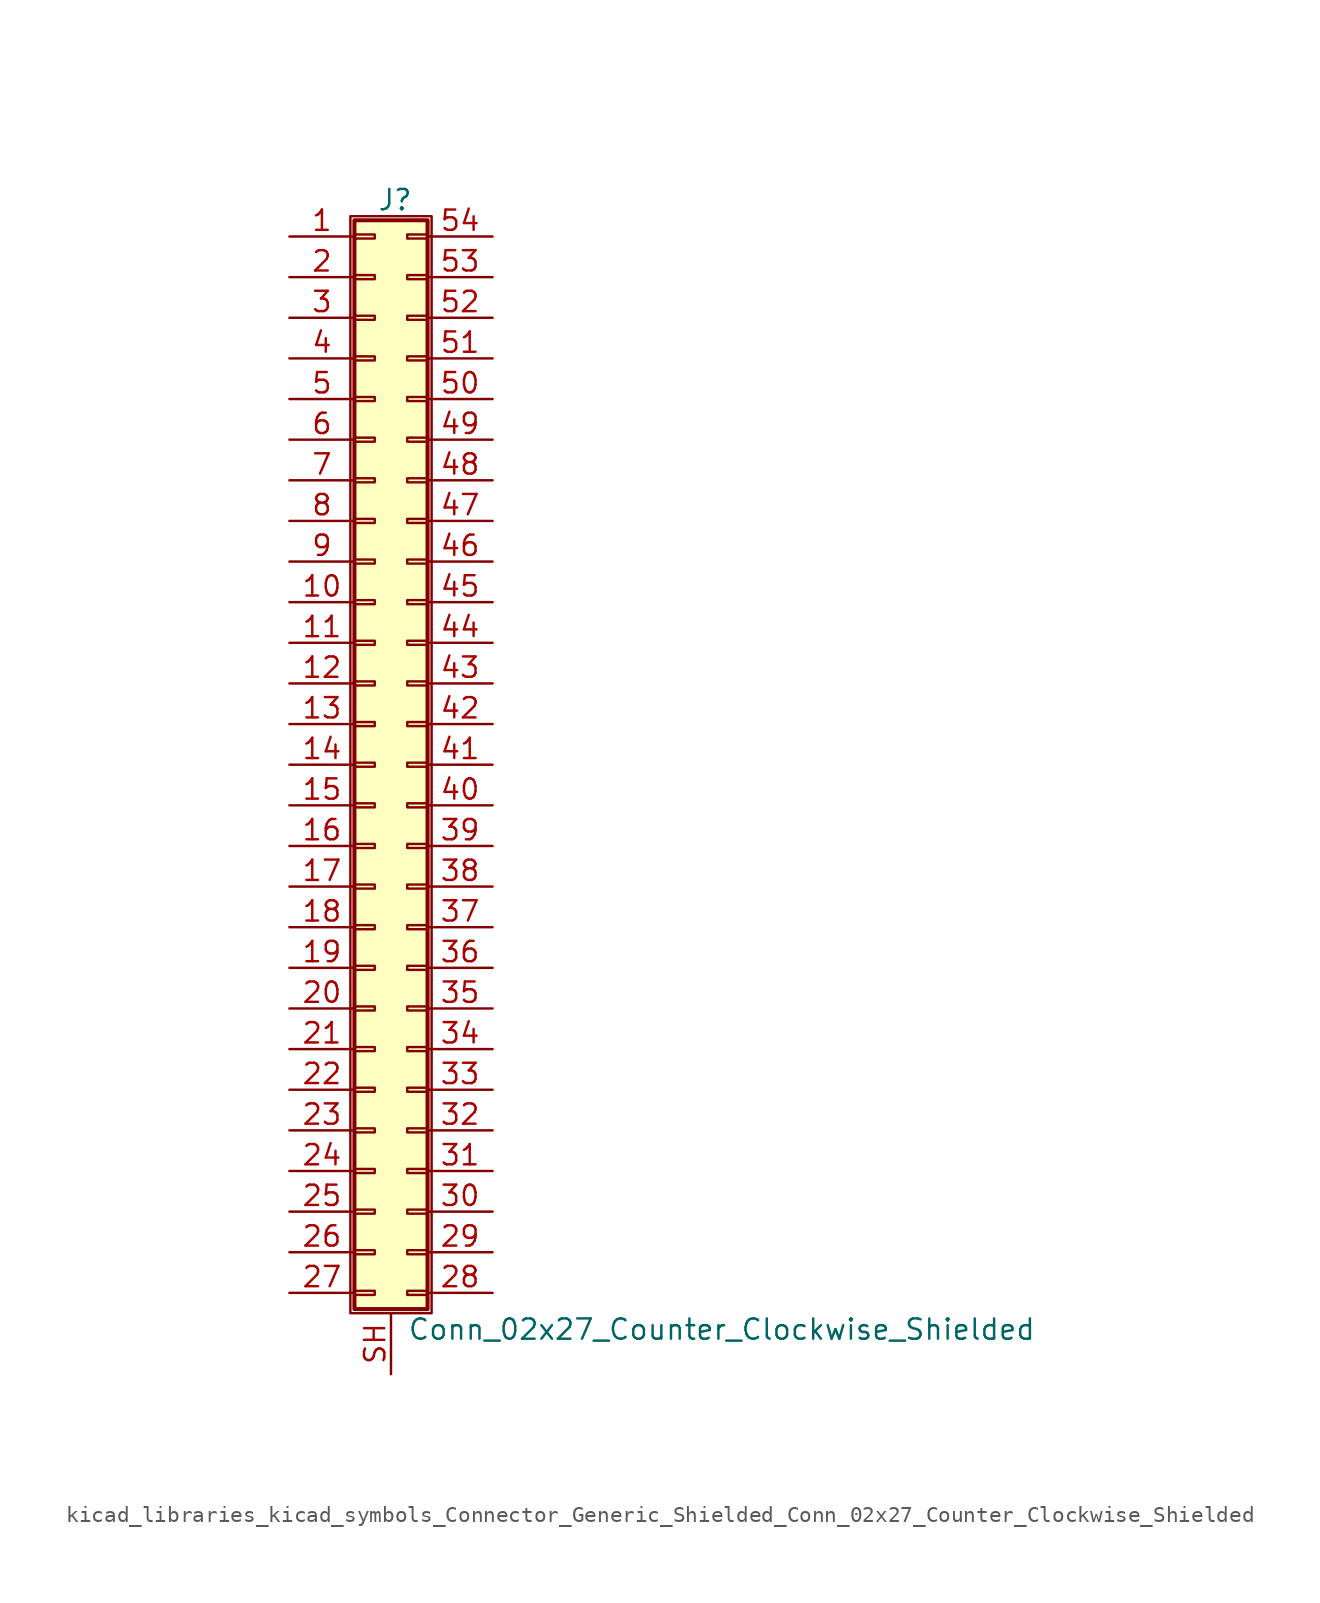
<source format=kicad_sym>
(kicad_symbol_lib
  (version 20220914)
  (generator kicad_symbol_editor)
  (symbol "kicad_libraries_kicad_symbols_Connector_Generic_Shielded_Conn_02x27_Counter_Clockwise_Shielded"
    (pin_names
      (offset 1.016) hide)
    (property "Reference" "J"
      (at 1.524 35.306 0)
      (effects (font (size 1.27 1.27))))
    (property "Value" "Conn_02x27_Counter_Clockwise_Shielded"
      (at 2.286 -35.306 0)
      (effects (font (size 1.27 1.27)) (justify left)))
    (symbol "kicad_libraries_kicad_symbols_Connector_Generic_Shielded_Conn_02x27_Counter_Clockwise_Shielded_1_1"
      (rectangle (start -1.27 34.29) (end 3.81 -34.29) (stroke (width 0.152) (type default)) (fill (type none)))
      (rectangle (start -1.016 -32.893) (end 0.254 -33.147) (stroke (width 0.152) (type default)) (fill (type none)))
      (rectangle (start -1.016 -30.353) (end 0.254 -30.607) (stroke (width 0.152) (type default)) (fill (type none)))
      (rectangle (start -1.016 -27.813) (end 0.254 -28.067) (stroke (width 0.152) (type default)) (fill (type none)))
      (rectangle (start -1.016 -25.273) (end 0.254 -25.527) (stroke (width 0.152) (type default)) (fill (type none)))
      (rectangle (start -1.016 -22.733) (end 0.254 -22.987) (stroke (width 0.152) (type default)) (fill (type none)))
      (rectangle (start -1.016 -20.193) (end 0.254 -20.447) (stroke (width 0.152) (type default)) (fill (type none)))
      (rectangle (start -1.016 -17.653) (end 0.254 -17.907) (stroke (width 0.152) (type default)) (fill (type none)))
      (rectangle (start -1.016 -15.113) (end 0.254 -15.367) (stroke (width 0.152) (type default)) (fill (type none)))
      (rectangle (start -1.016 -12.573) (end 0.254 -12.827) (stroke (width 0.152) (type default)) (fill (type none)))
      (rectangle (start -1.016 -10.033) (end 0.254 -10.287) (stroke (width 0.152) (type default)) (fill (type none)))
      (rectangle (start -1.016 -7.493) (end 0.254 -7.747) (stroke (width 0.152) (type default)) (fill (type none)))
      (rectangle (start -1.016 -4.953) (end 0.254 -5.207) (stroke (width 0.152) (type default)) (fill (type none)))
      (rectangle (start -1.016 -2.413) (end 0.254 -2.667) (stroke (width 0.152) (type default)) (fill (type none)))
      (rectangle (start -1.016 0.127) (end 0.254 -0.127) (stroke (width 0.152) (type default)) (fill (type none)))
      (rectangle (start -1.016 2.667) (end 0.254 2.413) (stroke (width 0.152) (type default)) (fill (type none)))
      (rectangle (start -1.016 5.207) (end 0.254 4.953) (stroke (width 0.152) (type default)) (fill (type none)))
      (rectangle (start -1.016 7.747) (end 0.254 7.493) (stroke (width 0.152) (type default)) (fill (type none)))
      (rectangle (start -1.016 10.287) (end 0.254 10.033) (stroke (width 0.152) (type default)) (fill (type none)))
      (rectangle (start -1.016 12.827) (end 0.254 12.573) (stroke (width 0.152) (type default)) (fill (type none)))
      (rectangle (start -1.016 15.367) (end 0.254 15.113) (stroke (width 0.152) (type default)) (fill (type none)))
      (rectangle (start -1.016 17.907) (end 0.254 17.653) (stroke (width 0.152) (type default)) (fill (type none)))
      (rectangle (start -1.016 20.447) (end 0.254 20.193) (stroke (width 0.152) (type default)) (fill (type none)))
      (rectangle (start -1.016 22.987) (end 0.254 22.733) (stroke (width 0.152) (type default)) (fill (type none)))
      (rectangle (start -1.016 25.527) (end 0.254 25.273) (stroke (width 0.152) (type default)) (fill (type none)))
      (rectangle (start -1.016 28.067) (end 0.254 27.813) (stroke (width 0.152) (type default)) (fill (type none)))
      (rectangle (start -1.016 30.607) (end 0.254 30.353) (stroke (width 0.152) (type default)) (fill (type none)))
      (rectangle (start -1.016 33.147) (end 0.254 32.893) (stroke (width 0.152) (type default)) (fill (type none)))
      (rectangle (start -1.016 34.036) (end 3.556 -34.036) (stroke (width 0.254) (type default)) (fill (type background)))
      (rectangle (start 3.556 -32.893) (end 2.286 -33.147) (stroke (width 0.152) (type default)) (fill (type none)))
      (rectangle (start 3.556 -30.353) (end 2.286 -30.607) (stroke (width 0.152) (type default)) (fill (type none)))
      (rectangle (start 3.556 -27.813) (end 2.286 -28.067) (stroke (width 0.152) (type default)) (fill (type none)))
      (rectangle (start 3.556 -25.273) (end 2.286 -25.527) (stroke (width 0.152) (type default)) (fill (type none)))
      (rectangle (start 3.556 -22.733) (end 2.286 -22.987) (stroke (width 0.152) (type default)) (fill (type none)))
      (rectangle (start 3.556 -20.193) (end 2.286 -20.447) (stroke (width 0.152) (type default)) (fill (type none)))
      (rectangle (start 3.556 -17.653) (end 2.286 -17.907) (stroke (width 0.152) (type default)) (fill (type none)))
      (rectangle (start 3.556 -15.113) (end 2.286 -15.367) (stroke (width 0.152) (type default)) (fill (type none)))
      (rectangle (start 3.556 -12.573) (end 2.286 -12.827) (stroke (width 0.152) (type default)) (fill (type none)))
      (rectangle (start 3.556 -10.033) (end 2.286 -10.287) (stroke (width 0.152) (type default)) (fill (type none)))
      (rectangle (start 3.556 -7.493) (end 2.286 -7.747) (stroke (width 0.152) (type default)) (fill (type none)))
      (rectangle (start 3.556 -4.953) (end 2.286 -5.207) (stroke (width 0.152) (type default)) (fill (type none)))
      (rectangle (start 3.556 -2.413) (end 2.286 -2.667) (stroke (width 0.152) (type default)) (fill (type none)))
      (rectangle (start 3.556 0.127) (end 2.286 -0.127) (stroke (width 0.152) (type default)) (fill (type none)))
      (rectangle (start 3.556 2.667) (end 2.286 2.413) (stroke (width 0.152) (type default)) (fill (type none)))
      (rectangle (start 3.556 5.207) (end 2.286 4.953) (stroke (width 0.152) (type default)) (fill (type none)))
      (rectangle (start 3.556 7.747) (end 2.286 7.493) (stroke (width 0.152) (type default)) (fill (type none)))
      (rectangle (start 3.556 10.287) (end 2.286 10.033) (stroke (width 0.152) (type default)) (fill (type none)))
      (rectangle (start 3.556 12.827) (end 2.286 12.573) (stroke (width 0.152) (type default)) (fill (type none)))
      (rectangle (start 3.556 15.367) (end 2.286 15.113) (stroke (width 0.152) (type default)) (fill (type none)))
      (rectangle (start 3.556 17.907) (end 2.286 17.653) (stroke (width 0.152) (type default)) (fill (type none)))
      (rectangle (start 3.556 20.447) (end 2.286 20.193) (stroke (width 0.152) (type default)) (fill (type none)))
      (rectangle (start 3.556 22.987) (end 2.286 22.733) (stroke (width 0.152) (type default)) (fill (type none)))
      (rectangle (start 3.556 25.527) (end 2.286 25.273) (stroke (width 0.152) (type default)) (fill (type none)))
      (rectangle (start 3.556 28.067) (end 2.286 27.813) (stroke (width 0.152) (type default)) (fill (type none)))
      (rectangle (start 3.556 30.607) (end 2.286 30.353) (stroke (width 0.152) (type default)) (fill (type none)))
      (rectangle (start 3.556 33.147) (end 2.286 32.893) (stroke (width 0.152) (type default)) (fill (type none)))
      (pin passive line (at -5.08 33.02 0) (length 4.064) (name "Pin_1" (effects (font (size 1.27 1.27)))) (number "1" (effects (font (size 1.27 1.27)))))
      (pin passive line (at -5.08 10.16 0) (length 4.064) (name "Pin_10" (effects (font (size 1.27 1.27)))) (number "10" (effects (font (size 1.27 1.27)))))
      (pin passive line (at -5.08 7.62 0) (length 4.064) (name "Pin_11" (effects (font (size 1.27 1.27)))) (number "11" (effects (font (size 1.27 1.27)))))
      (pin passive line (at -5.08 5.08 0) (length 4.064) (name "Pin_12" (effects (font (size 1.27 1.27)))) (number "12" (effects (font (size 1.27 1.27)))))
      (pin passive line (at -5.08 2.54 0) (length 4.064) (name "Pin_13" (effects (font (size 1.27 1.27)))) (number "13" (effects (font (size 1.27 1.27)))))
      (pin passive line (at -5.08 0 0) (length 4.064) (name "Pin_14" (effects (font (size 1.27 1.27)))) (number "14" (effects (font (size 1.27 1.27)))))
      (pin passive line (at -5.08 -2.54 0) (length 4.064) (name "Pin_15" (effects (font (size 1.27 1.27)))) (number "15" (effects (font (size 1.27 1.27)))))
      (pin passive line (at -5.08 -5.08 0) (length 4.064) (name "Pin_16" (effects (font (size 1.27 1.27)))) (number "16" (effects (font (size 1.27 1.27)))))
      (pin passive line (at -5.08 -7.62 0) (length 4.064) (name "Pin_17" (effects (font (size 1.27 1.27)))) (number "17" (effects (font (size 1.27 1.27)))))
      (pin passive line (at -5.08 -10.16 0) (length 4.064) (name "Pin_18" (effects (font (size 1.27 1.27)))) (number "18" (effects (font (size 1.27 1.27)))))
      (pin passive line (at -5.08 -12.7 0) (length 4.064) (name "Pin_19" (effects (font (size 1.27 1.27)))) (number "19" (effects (font (size 1.27 1.27)))))
      (pin passive line (at -5.08 30.48 0) (length 4.064) (name "Pin_2" (effects (font (size 1.27 1.27)))) (number "2" (effects (font (size 1.27 1.27)))))
      (pin passive line (at -5.08 -15.24 0) (length 4.064) (name "Pin_20" (effects (font (size 1.27 1.27)))) (number "20" (effects (font (size 1.27 1.27)))))
      (pin passive line (at -5.08 -17.78 0) (length 4.064) (name "Pin_21" (effects (font (size 1.27 1.27)))) (number "21" (effects (font (size 1.27 1.27)))))
      (pin passive line (at -5.08 -20.32 0) (length 4.064) (name "Pin_22" (effects (font (size 1.27 1.27)))) (number "22" (effects (font (size 1.27 1.27)))))
      (pin passive line (at -5.08 -22.86 0) (length 4.064) (name "Pin_23" (effects (font (size 1.27 1.27)))) (number "23" (effects (font (size 1.27 1.27)))))
      (pin passive line (at -5.08 -25.4 0) (length 4.064) (name "Pin_24" (effects (font (size 1.27 1.27)))) (number "24" (effects (font (size 1.27 1.27)))))
      (pin passive line (at -5.08 -27.94 0) (length 4.064) (name "Pin_25" (effects (font (size 1.27 1.27)))) (number "25" (effects (font (size 1.27 1.27)))))
      (pin passive line (at -5.08 -30.48 0) (length 4.064) (name "Pin_26" (effects (font (size 1.27 1.27)))) (number "26" (effects (font (size 1.27 1.27)))))
      (pin passive line (at -5.08 -33.02 0) (length 4.064) (name "Pin_27" (effects (font (size 1.27 1.27)))) (number "27" (effects (font (size 1.27 1.27)))))
      (pin passive line (at 7.62 -33.02 180) (length 4.064) (name "Pin_28" (effects (font (size 1.27 1.27)))) (number "28" (effects (font (size 1.27 1.27)))))
      (pin passive line (at 7.62 -30.48 180) (length 4.064) (name "Pin_29" (effects (font (size 1.27 1.27)))) (number "29" (effects (font (size 1.27 1.27)))))
      (pin passive line (at -5.08 27.94 0) (length 4.064) (name "Pin_3" (effects (font (size 1.27 1.27)))) (number "3" (effects (font (size 1.27 1.27)))))
      (pin passive line (at 7.62 -27.94 180) (length 4.064) (name "Pin_30" (effects (font (size 1.27 1.27)))) (number "30" (effects (font (size 1.27 1.27)))))
      (pin passive line (at 7.62 -25.4 180) (length 4.064) (name "Pin_31" (effects (font (size 1.27 1.27)))) (number "31" (effects (font (size 1.27 1.27)))))
      (pin passive line (at 7.62 -22.86 180) (length 4.064) (name "Pin_32" (effects (font (size 1.27 1.27)))) (number "32" (effects (font (size 1.27 1.27)))))
      (pin passive line (at 7.62 -20.32 180) (length 4.064) (name "Pin_33" (effects (font (size 1.27 1.27)))) (number "33" (effects (font (size 1.27 1.27)))))
      (pin passive line (at 7.62 -17.78 180) (length 4.064) (name "Pin_34" (effects (font (size 1.27 1.27)))) (number "34" (effects (font (size 1.27 1.27)))))
      (pin passive line (at 7.62 -15.24 180) (length 4.064) (name "Pin_35" (effects (font (size 1.27 1.27)))) (number "35" (effects (font (size 1.27 1.27)))))
      (pin passive line (at 7.62 -12.7 180) (length 4.064) (name "Pin_36" (effects (font (size 1.27 1.27)))) (number "36" (effects (font (size 1.27 1.27)))))
      (pin passive line (at 7.62 -10.16 180) (length 4.064) (name "Pin_37" (effects (font (size 1.27 1.27)))) (number "37" (effects (font (size 1.27 1.27)))))
      (pin passive line (at 7.62 -7.62 180) (length 4.064) (name "Pin_38" (effects (font (size 1.27 1.27)))) (number "38" (effects (font (size 1.27 1.27)))))
      (pin passive line (at 7.62 -5.08 180) (length 4.064) (name "Pin_39" (effects (font (size 1.27 1.27)))) (number "39" (effects (font (size 1.27 1.27)))))
      (pin passive line (at -5.08 25.4 0) (length 4.064) (name "Pin_4" (effects (font (size 1.27 1.27)))) (number "4" (effects (font (size 1.27 1.27)))))
      (pin passive line (at 7.62 -2.54 180) (length 4.064) (name "Pin_40" (effects (font (size 1.27 1.27)))) (number "40" (effects (font (size 1.27 1.27)))))
      (pin passive line (at 7.62 0 180) (length 4.064) (name "Pin_41" (effects (font (size 1.27 1.27)))) (number "41" (effects (font (size 1.27 1.27)))))
      (pin passive line (at 7.62 2.54 180) (length 4.064) (name "Pin_42" (effects (font (size 1.27 1.27)))) (number "42" (effects (font (size 1.27 1.27)))))
      (pin passive line (at 7.62 5.08 180) (length 4.064) (name "Pin_43" (effects (font (size 1.27 1.27)))) (number "43" (effects (font (size 1.27 1.27)))))
      (pin passive line (at 7.62 7.62 180) (length 4.064) (name "Pin_44" (effects (font (size 1.27 1.27)))) (number "44" (effects (font (size 1.27 1.27)))))
      (pin passive line (at 7.62 10.16 180) (length 4.064) (name "Pin_45" (effects (font (size 1.27 1.27)))) (number "45" (effects (font (size 1.27 1.27)))))
      (pin passive line (at 7.62 12.7 180) (length 4.064) (name "Pin_46" (effects (font (size 1.27 1.27)))) (number "46" (effects (font (size 1.27 1.27)))))
      (pin passive line (at 7.62 15.24 180) (length 4.064) (name "Pin_47" (effects (font (size 1.27 1.27)))) (number "47" (effects (font (size 1.27 1.27)))))
      (pin passive line (at 7.62 17.78 180) (length 4.064) (name "Pin_48" (effects (font (size 1.27 1.27)))) (number "48" (effects (font (size 1.27 1.27)))))
      (pin passive line (at 7.62 20.32 180) (length 4.064) (name "Pin_49" (effects (font (size 1.27 1.27)))) (number "49" (effects (font (size 1.27 1.27)))))
      (pin passive line (at -5.08 22.86 0) (length 4.064) (name "Pin_5" (effects (font (size 1.27 1.27)))) (number "5" (effects (font (size 1.27 1.27)))))
      (pin passive line (at 7.62 22.86 180) (length 4.064) (name "Pin_50" (effects (font (size 1.27 1.27)))) (number "50" (effects (font (size 1.27 1.27)))))
      (pin passive line (at 7.62 25.4 180) (length 4.064) (name "Pin_51" (effects (font (size 1.27 1.27)))) (number "51" (effects (font (size 1.27 1.27)))))
      (pin passive line (at 7.62 27.94 180) (length 4.064) (name "Pin_52" (effects (font (size 1.27 1.27)))) (number "52" (effects (font (size 1.27 1.27)))))
      (pin passive line (at 7.62 30.48 180) (length 4.064) (name "Pin_53" (effects (font (size 1.27 1.27)))) (number "53" (effects (font (size 1.27 1.27)))))
      (pin passive line (at 7.62 33.02 180) (length 4.064) (name "Pin_54" (effects (font (size 1.27 1.27)))) (number "54" (effects (font (size 1.27 1.27)))))
      (pin passive line (at -5.08 20.32 0) (length 4.064) (name "Pin_6" (effects (font (size 1.27 1.27)))) (number "6" (effects (font (size 1.27 1.27)))))
      (pin passive line (at -5.08 17.78 0) (length 4.064) (name "Pin_7" (effects (font (size 1.27 1.27)))) (number "7" (effects (font (size 1.27 1.27)))))
      (pin passive line (at -5.08 15.24 0) (length 4.064) (name "Pin_8" (effects (font (size 1.27 1.27)))) (number "8" (effects (font (size 1.27 1.27)))))
      (pin passive line (at -5.08 12.7 0) (length 4.064) (name "Pin_9" (effects (font (size 1.27 1.27)))) (number "9" (effects (font (size 1.27 1.27)))))
      (pin passive line (at 1.27 -38.1 90) (length 3.81) (name "Shield" (effects (font (size 1.27 1.27)))) (number "SH" (effects (font (size 1.27 1.27))))))))
</source>
